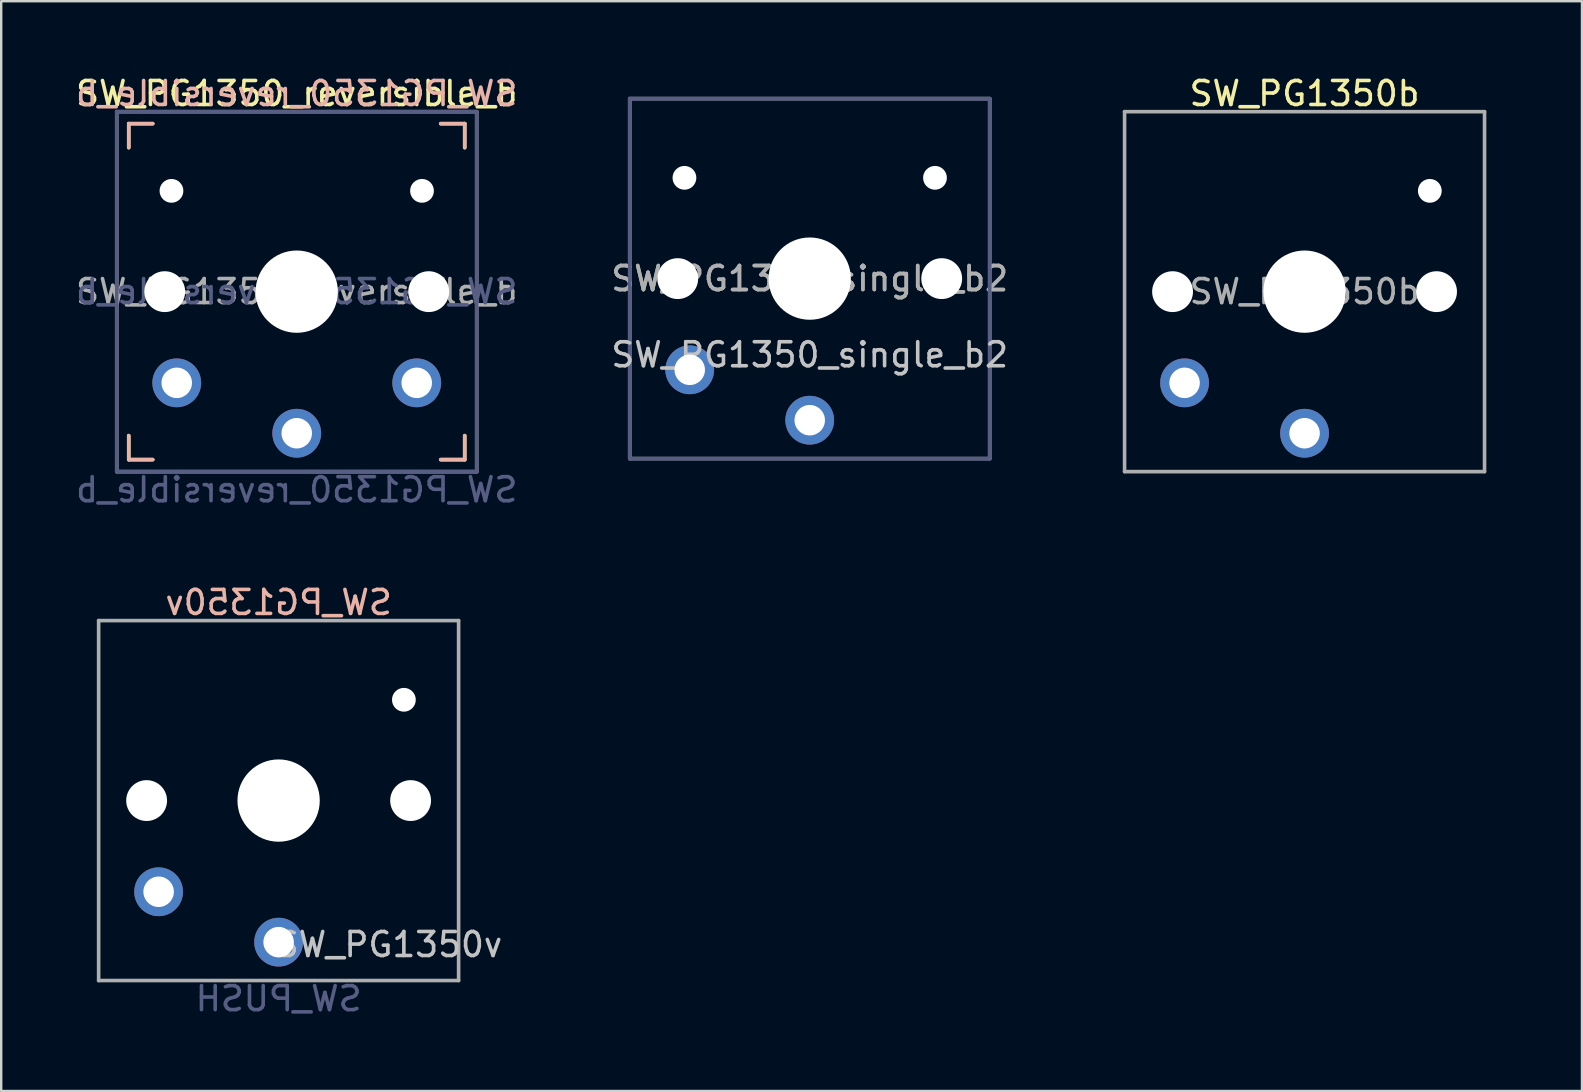
<source format=kicad_pcb>
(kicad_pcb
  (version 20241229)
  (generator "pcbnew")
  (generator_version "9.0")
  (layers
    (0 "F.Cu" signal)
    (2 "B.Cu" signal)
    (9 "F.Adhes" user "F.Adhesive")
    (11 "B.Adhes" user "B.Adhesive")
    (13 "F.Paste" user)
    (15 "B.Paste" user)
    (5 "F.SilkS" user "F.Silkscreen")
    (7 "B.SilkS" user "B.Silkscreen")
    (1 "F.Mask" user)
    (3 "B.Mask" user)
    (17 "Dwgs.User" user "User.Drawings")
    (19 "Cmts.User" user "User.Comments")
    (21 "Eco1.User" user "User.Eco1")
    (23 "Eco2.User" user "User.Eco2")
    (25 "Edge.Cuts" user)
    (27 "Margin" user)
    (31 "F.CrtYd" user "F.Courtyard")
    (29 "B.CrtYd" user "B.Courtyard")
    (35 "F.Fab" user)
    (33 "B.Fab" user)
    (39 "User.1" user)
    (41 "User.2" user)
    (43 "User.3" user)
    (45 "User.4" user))
  (footprint "SW_PG1350_reversible_b"
    (layer "F.Cu")
    (at 9.315 9.103)
    (property "Reference" "SW_PG1350_reversible_b" (at 0 -8.255 0) (layer "F.SilkS") (effects (font (size 1 1) (thickness 0.15))))
    (property "Value" "SW_PG1350_reversible_b" (at 0 8.255 0) (layer "F.Fab") (hide yes) (effects (font (size 1 1) (thickness 0.15))))
    (attr through_hole)
    (fp_line (start -7 -7) (end -6 -7) (stroke (width 0.15) (type solid)) (layer "F.SilkS"))
    (fp_line (start -7 -6) (end -7 -7) (stroke (width 0.15) (type solid)) (layer "F.SilkS"))
    (fp_line (start -7 7) (end -7 6) (stroke (width 0.15) (type solid)) (layer "F.SilkS"))
    (fp_line (start -6 7) (end -7 7) (stroke (width 0.15) (type solid)) (layer "F.SilkS"))
    (fp_line (start 6 -7) (end 7 -7) (stroke (width 0.15) (type solid)) (layer "F.SilkS"))
    (fp_line (start 7 -7) (end 7 -6) (stroke (width 0.15) (type solid)) (layer "F.SilkS"))
    (fp_line (start 7 6) (end 7 7) (stroke (width 0.15) (type solid)) (layer "F.SilkS"))
    (fp_line (start 7 7) (end 6 7) (stroke (width 0.15) (type solid)) (layer "F.SilkS"))
    (fp_line (start -7 -7) (end -6 -7) (stroke (width 0.15) (type solid)) (layer "B.SilkS"))
    (fp_line (start -7 -6) (end -7 -7) (stroke (width 0.15) (type solid)) (layer "B.SilkS"))
    (fp_line (start -7 7) (end -7 6) (stroke (width 0.15) (type solid)) (layer "B.SilkS"))
    (fp_line (start -6 7) (end -7 7) (stroke (width 0.15) (type solid)) (layer "B.SilkS"))
    (fp_line (start 6 -7) (end 7 -7) (stroke (width 0.15) (type solid)) (layer "B.SilkS"))
    (fp_line (start 7 -7) (end 7 -6) (stroke (width 0.15) (type solid)) (layer "B.SilkS"))
    (fp_line (start 7 6) (end 7 7) (stroke (width 0.15) (type solid)) (layer "B.SilkS"))
    (fp_line (start 7 7) (end 6 7) (stroke (width 0.15) (type solid)) (layer "B.SilkS"))
    (fp_line (start -8.5 -8) (end 8.5 -8) (stroke (width 0.12) (type solid)) (layer "Eco1.User"))
    (fp_line (start -8.5 8) (end -8.5 -8) (stroke (width 0.12) (type solid)) (layer "Eco1.User"))
    (fp_line (start -8.5 8) (end 8.5 8) (stroke (width 0.12) (type solid)) (layer "Eco1.User"))
    (fp_line (start 8.5 8) (end 8.5 -8) (stroke (width 0.12) (type solid)) (layer "Eco1.User"))
    (fp_line (start -6.9 6.9) (end -6.9 -6.9) (stroke (width 0.15) (type solid)) (layer "Eco2.User"))
    (fp_line (start -6.9 6.9) (end 6.9 6.9) (stroke (width 0.15) (type solid)) (layer "Eco2.User"))
    (fp_line (start -2.6 -3.1) (end -2.6 -6.3) (stroke (width 0.15) (type solid)) (layer "Eco2.User"))
    (fp_line (start -2.6 -3.1) (end 2.6 -3.1) (stroke (width 0.15) (type solid)) (layer "Eco2.User"))
    (fp_line (start 2.6 -6.3) (end -2.6 -6.3) (stroke (width 0.15) (type solid)) (layer "Eco2.User"))
    (fp_line (start 2.6 -3.1) (end 2.6 -6.3) (stroke (width 0.15) (type solid)) (layer "Eco2.User"))
    (fp_line (start 6.9 -6.9) (end -6.9 -6.9) (stroke (width 0.15) (type solid)) (layer "Eco2.User"))
    (fp_line (start 6.9 -6.9) (end 6.9 6.9) (stroke (width 0.15) (type solid)) (layer "Eco2.User"))
    (fp_line (start -7.5 -7.5) (end 7.5 -7.5) (stroke (width 0.15) (type solid)) (layer "B.Fab"))
    (fp_line (start -7.5 7.5) (end -7.5 -7.5) (stroke (width 0.15) (type solid)) (layer "B.Fab"))
    (fp_line (start 7.5 -7.5) (end 7.5 7.5) (stroke (width 0.15) (type solid)) (layer "B.Fab"))
    (fp_line (start 7.5 7.5) (end -7.5 7.5) (stroke (width 0.15) (type solid)) (layer "B.Fab"))
    (fp_line (start -7.5 -7.5) (end 7.5 -7.5) (stroke (width 0.15) (type solid)) (layer "F.Fab"))
    (fp_line (start -7.5 7.5) (end -7.5 -7.5) (stroke (width 0.15) (type solid)) (layer "F.Fab"))
    (fp_line (start 7.5 -7.5) (end 7.5 7.5) (stroke (width 0.15) (type solid)) (layer "F.Fab"))
    (fp_line (start 7.5 7.5) (end -7.5 7.5) (stroke (width 0.15) (type solid)) (layer "F.Fab"))
    (fp_text user "${REFERENCE}" (at 0 -8.255 0) (layer "B.SilkS") (effects (font (size 1 1) (thickness 0.15)) (justify mirror)))
    (fp_text user "${VALUE}" (at 0 8.255 0) (layer "B.Fab") (effects (font (size 1 1) (thickness 0.15)) (justify mirror)))
    (fp_text user "${REFERENCE}" (at 0 0 0) (layer "B.Fab") (effects (font (size 1 1) (thickness 0.15)) (justify mirror)))
    (fp_text user "${REFERENCE}" (at 0 0 0) (layer "F.Fab") (effects (font (size 1 1) (thickness 0.15))))
    (pad "" np_thru_hole circle (at -5.5 0) (size 1.702 1.702) (drill 1.702) (layers "*.Cu" "*.Mask"))
    (pad "" np_thru_hole circle (at -5.22 -4.2) (size 0.991 0.991) (drill 0.991) (layers "*.Cu" "*.Mask"))
    (pad "" np_thru_hole circle (at 0 0) (size 3.429 3.429) (drill 3.429) (layers "*.Cu" "*.Mask"))
    (pad "" np_thru_hole circle (at 5.22 -4.2) (size 0.991 0.991) (drill 0.991) (layers "*.Cu" "*.Mask"))
    (pad "" np_thru_hole circle (at 5.5 0) (size 1.702 1.702) (drill 1.702) (layers "*.Cu" "*.Mask"))
    (pad "1" thru_hole circle (at 0 5.9) (size 2.032 2.032) (drill 1.27) (layers "*.Cu" "*.Mask"))
    (pad "2" thru_hole circle (at -5 3.8) (size 2.032 2.032) (drill 1.27) (layers "*.Cu" "*.Mask"))
    (pad "2" thru_hole circle (at 5 3.8) (size 2.032 2.032) (drill 1.27) (layers "*.Cu" "*.Mask")))
  (footprint "SW_PG1350v"
    (layer "F.Cu")
    (at 8.56 30.31)
    (property "Reference" "SW_PG1350v" (at 4.6 6 180) (layer "Dwgs.User") (effects (font (size 1 1) (thickness 0.15))))
    (property "Value" "SW_PUSH" (at -0.5 6 180) (layer "Dwgs.User") (hide yes) (effects (font (size 1 1) (thickness 0.15))))
    (attr through_hole)
    (fp_line (start -8.5 -8) (end 8.5 -8) (stroke (width 0.12) (type solid)) (layer "Eco1.User"))
    (fp_line (start -8.5 8) (end -8.5 -8) (stroke (width 0.12) (type solid)) (layer "Eco1.User"))
    (fp_line (start 8.5 -8) (end 8.5 8) (stroke (width 0.12) (type solid)) (layer "Eco1.User"))
    (fp_line (start 8.5 8) (end -8.5 8) (stroke (width 0.12) (type solid)) (layer "Eco1.User"))
    (fp_line (start -6.9 6.9) (end -6.9 -6.9) (stroke (width 0.15) (type solid)) (layer "Eco2.User"))
    (fp_line (start -6.9 6.9) (end 6.9 6.9) (stroke (width 0.15) (type solid)) (layer "Eco2.User"))
    (fp_line (start -2.6 -3.1) (end -2.6 -6.3) (stroke (width 0.15) (type solid)) (layer "Eco2.User"))
    (fp_line (start -2.6 -3.1) (end 2.6 -3.1) (stroke (width 0.15) (type solid)) (layer "Eco2.User"))
    (fp_line (start 2.6 -6.3) (end -2.6 -6.3) (stroke (width 0.15) (type solid)) (layer "Eco2.User"))
    (fp_line (start 2.6 -3.1) (end 2.6 -6.3) (stroke (width 0.15) (type solid)) (layer "Eco2.User"))
    (fp_line (start 6.9 -6.9) (end -6.9 -6.9) (stroke (width 0.15) (type solid)) (layer "Eco2.User"))
    (fp_line (start 6.9 -6.9) (end 6.9 6.9) (stroke (width 0.15) (type solid)) (layer "Eco2.User"))
    (fp_line (start -7.5 -7.5) (end 7.5 -7.5) (stroke (width 0.15) (type solid)) (layer "F.Fab"))
    (fp_line (start -7.5 7.5) (end -7.5 -7.5) (stroke (width 0.15) (type solid)) (layer "F.Fab"))
    (fp_line (start 7.5 -7.5) (end 7.5 7.5) (stroke (width 0.15) (type solid)) (layer "F.Fab"))
    (fp_line (start 7.5 7.5) (end -7.5 7.5) (stroke (width 0.15) (type solid)) (layer "F.Fab"))
    (fp_text user "${REFERENCE}" (at 0 -8.255 0) (layer "B.SilkS") (effects (font (size 1 1) (thickness 0.15)) (justify mirror)))
    (fp_text user "${VALUE}" (at 0 8.255 0) (layer "B.Fab") (effects (font (size 1 1) (thickness 0.15)) (justify mirror)))
    (pad "" np_thru_hole circle (at -5.5 0) (size 1.702 1.702) (drill 1.702) (layers "*.Cu" "*.Mask"))
    (pad "" np_thru_hole circle (at 0 0) (size 3.429 3.429) (drill 3.429) (layers "*.Cu" "*.Mask"))
    (pad "" np_thru_hole circle (at 5.22 -4.2) (size 0.991 0.991) (drill 0.991) (layers "*.Cu" "*.Mask"))
    (pad "" np_thru_hole circle (at 5.5 0) (size 1.702 1.702) (drill 1.702) (layers "*.Cu" "*.Mask"))
    (pad "1" thru_hole circle (at 0 5.9) (size 2.032 2.032) (drill 1.27) (layers "*.Cu" "*.Mask"))
    (pad "2" thru_hole circle (at -5 3.8) (size 2.032 2.032) (drill 1.27) (layers "*.Cu" "*.Mask")))
  (footprint "SW_PG1350_single_b2"
    (layer "F.Cu")
    (at 30.691 8.56)
    (property "Reference" "SW_PG1350_single_b2" (at 0 3.175 0) (layer "Dwgs.User") (effects (font (size 1 1) (thickness 0.15))))
    (attr through_hole)
    (fp_line (start -9 -8.5) (end 9 -8.5) (stroke (width 0.12) (type solid)) (layer "Eco1.User"))
    (fp_line (start -9 8.5) (end -9 -8.5) (stroke (width 0.12) (type solid)) (layer "Eco1.User"))
    (fp_line (start -9 8.5) (end 9 8.5) (stroke (width 0.12) (type solid)) (layer "Eco1.User"))
    (fp_line (start 9 8.5) (end 9 -8.5) (stroke (width 0.12) (type solid)) (layer "Eco1.User"))
    (fp_line (start -6.9 6.9) (end -6.9 -6.9) (stroke (width 0.15) (type solid)) (layer "Eco2.User"))
    (fp_line (start -6.9 6.9) (end 6.9 6.9) (stroke (width 0.15) (type solid)) (layer "Eco2.User"))
    (fp_line (start -2.6 -3.1) (end -2.6 -6.3) (stroke (width 0.15) (type solid)) (layer "Eco2.User"))
    (fp_line (start -2.6 -3.1) (end 2.6 -3.1) (stroke (width 0.15) (type solid)) (layer "Eco2.User"))
    (fp_line (start 2.6 -6.3) (end -2.6 -6.3) (stroke (width 0.15) (type solid)) (layer "Eco2.User"))
    (fp_line (start 2.6 -3.1) (end 2.6 -6.3) (stroke (width 0.15) (type solid)) (layer "Eco2.User"))
    (fp_line (start 6.9 -6.9) (end -6.9 -6.9) (stroke (width 0.15) (type solid)) (layer "Eco2.User"))
    (fp_line (start 6.9 -6.9) (end 6.9 6.9) (stroke (width 0.15) (type solid)) (layer "Eco2.User"))
    (fp_line (start -7.5 -7.5) (end 7.5 -7.5) (stroke (width 0.15) (type solid)) (layer "B.Fab"))
    (fp_line (start -7.5 7.5) (end -7.5 -7.5) (stroke (width 0.15) (type solid)) (layer "B.Fab"))
    (fp_line (start 7.5 -7.5) (end 7.5 7.5) (stroke (width 0.15) (type solid)) (layer "B.Fab"))
    (fp_line (start 7.5 7.5) (end -7.5 7.5) (stroke (width 0.15) (type solid)) (layer "B.Fab"))
    (fp_line (start -7.5 -7.5) (end 7.5 -7.5) (stroke (width 0.15) (type solid)) (layer "F.Fab"))
    (fp_line (start -7.5 7.5) (end -7.5 -7.5) (stroke (width 0.15) (type solid)) (layer "F.Fab"))
    (fp_line (start 7.5 -7.5) (end 7.5 7.5) (stroke (width 0.15) (type solid)) (layer "F.Fab"))
    (fp_line (start 7.5 7.5) (end -7.5 7.5) (stroke (width 0.15) (type solid)) (layer "F.Fab"))
    (fp_text user "${REFERENCE}" (at 0 0 0) (layer "F.Fab") (effects (font (size 1 1) (thickness 0.15))))
    (fp_text user "${REFERENCE}" (at 0 0 180) (layer "F.Fab") (effects (font (size 1 1) (thickness 0.15))))
    (pad "" np_thru_hole circle (at -5.5 0) (size 1.702 1.702) (drill 1.702) (layers "*.Cu" "*.Mask"))
    (pad "" np_thru_hole circle (at -5.22 -4.2) (size 0.991 0.991) (drill 0.991) (layers "*.Cu" "*.Mask"))
    (pad "" np_thru_hole circle (at 0 0) (size 3.429 3.429) (drill 3.429) (layers "*.Cu" "*.Mask"))
    (pad "" np_thru_hole circle (at 5.22 -4.2) (size 0.991 0.991) (drill 0.991) (layers "*.Cu" "*.Mask"))
    (pad "" np_thru_hole circle (at 5.5 0) (size 1.702 1.702) (drill 1.702) (layers "*.Cu" "*.Mask"))
    (pad "1" thru_hole circle (at 0 5.9) (size 2.032 2.032) (drill 1.27) (layers "*.Cu" "*.Mask"))
    (pad "2" thru_hole circle (at -5 3.8) (size 2.032 2.032) (drill 1.27) (layers "*.Cu" "*.Mask")))
  (footprint "SW_PG1350b"
    (layer "F.Cu")
    (at 51.311 9.103)
    (property "Reference" "SW_PG1350b" (at 0 -8.255 0) (layer "F.SilkS") (effects (font (size 1 1) (thickness 0.15))))
    (attr through_hole)
    (fp_line (start -8.5 -8) (end 8.5 -8) (stroke (width 0.12) (type solid)) (layer "Eco1.User"))
    (fp_line (start -8.5 8) (end -8.5 -8) (stroke (width 0.12) (type solid)) (layer "Eco1.User"))
    (fp_line (start 8.5 -8) (end 8.5 8) (stroke (width 0.12) (type solid)) (layer "Eco1.User"))
    (fp_line (start 8.5 8) (end -8.5 8) (stroke (width 0.12) (type solid)) (layer "Eco1.User"))
    (fp_line (start -6.9 6.9) (end -6.9 -6.9) (stroke (width 0.15) (type solid)) (layer "Eco2.User"))
    (fp_line (start -6.9 6.9) (end 6.9 6.9) (stroke (width 0.15) (type solid)) (layer "Eco2.User"))
    (fp_line (start -2.6 -3.1) (end -2.6 -6.3) (stroke (width 0.15) (type solid)) (layer "Eco2.User"))
    (fp_line (start -2.6 -3.1) (end 2.6 -3.1) (stroke (width 0.15) (type solid)) (layer "Eco2.User"))
    (fp_line (start 2.6 -6.3) (end -2.6 -6.3) (stroke (width 0.15) (type solid)) (layer "Eco2.User"))
    (fp_line (start 2.6 -3.1) (end 2.6 -6.3) (stroke (width 0.15) (type solid)) (layer "Eco2.User"))
    (fp_line (start 6.9 -6.9) (end -6.9 -6.9) (stroke (width 0.15) (type solid)) (layer "Eco2.User"))
    (fp_line (start 6.9 -6.9) (end 6.9 6.9) (stroke (width 0.15) (type solid)) (layer "Eco2.User"))
    (fp_line (start -7.5 -7.5) (end 7.5 -7.5) (stroke (width 0.15) (type solid)) (layer "F.Fab"))
    (fp_line (start -7.5 7.5) (end -7.5 -7.5) (stroke (width 0.15) (type solid)) (layer "F.Fab"))
    (fp_line (start 7.5 -7.5) (end 7.5 7.5) (stroke (width 0.15) (type solid)) (layer "F.Fab"))
    (fp_line (start 7.5 7.5) (end -7.5 7.5) (stroke (width 0.15) (type solid)) (layer "F.Fab"))
    (fp_text user "${REFERENCE}" (at 0 0 0) (layer "F.Fab") (effects (font (size 1 1) (thickness 0.15))))
    (pad "" np_thru_hole circle (at -5.5 0) (size 1.702 1.702) (drill 1.702) (layers "*.Cu" "*.Mask"))
    (pad "" np_thru_hole circle (at 0 0) (size 3.429 3.429) (drill 3.429) (layers "*.Cu" "*.Mask"))
    (pad "" np_thru_hole circle (at 5.22 -4.2) (size 0.991 0.991) (drill 0.991) (layers "*.Cu" "*.Mask"))
    (pad "" np_thru_hole circle (at 5.5 0) (size 1.702 1.702) (drill 1.702) (layers "*.Cu" "*.Mask"))
    (pad "1" thru_hole circle (at 0 5.9) (size 2.032 2.032) (drill 1.27) (layers "*.Cu" "*.Mask"))
    (pad "2" thru_hole circle (at -5 3.8) (size 2.032 2.032) (drill 1.27) (layers "*.Cu" "*.Mask")))
  (gr_rect
    (start -3 -3)
    (end 62.871 42.413)
    (stroke (width 0.1) (type default))
    (fill no)
    (layer "Edge.Cuts")))
</source>
